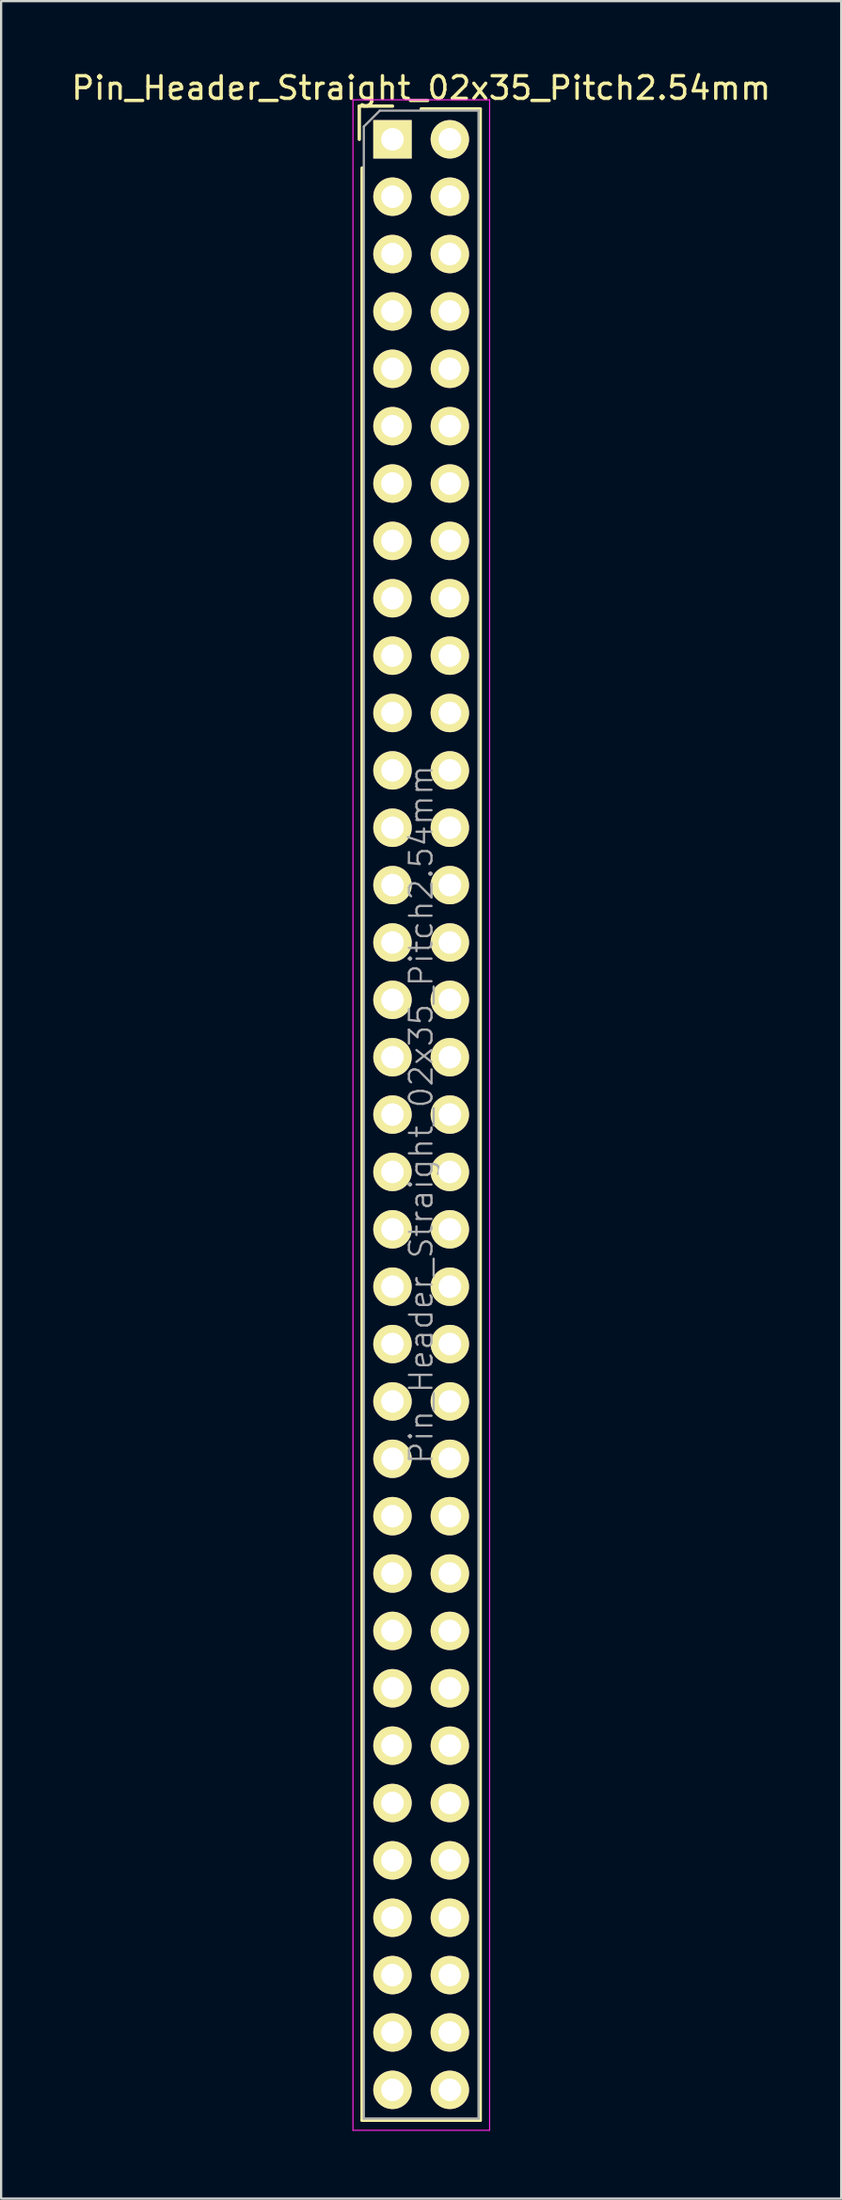
<source format=kicad_pcb>
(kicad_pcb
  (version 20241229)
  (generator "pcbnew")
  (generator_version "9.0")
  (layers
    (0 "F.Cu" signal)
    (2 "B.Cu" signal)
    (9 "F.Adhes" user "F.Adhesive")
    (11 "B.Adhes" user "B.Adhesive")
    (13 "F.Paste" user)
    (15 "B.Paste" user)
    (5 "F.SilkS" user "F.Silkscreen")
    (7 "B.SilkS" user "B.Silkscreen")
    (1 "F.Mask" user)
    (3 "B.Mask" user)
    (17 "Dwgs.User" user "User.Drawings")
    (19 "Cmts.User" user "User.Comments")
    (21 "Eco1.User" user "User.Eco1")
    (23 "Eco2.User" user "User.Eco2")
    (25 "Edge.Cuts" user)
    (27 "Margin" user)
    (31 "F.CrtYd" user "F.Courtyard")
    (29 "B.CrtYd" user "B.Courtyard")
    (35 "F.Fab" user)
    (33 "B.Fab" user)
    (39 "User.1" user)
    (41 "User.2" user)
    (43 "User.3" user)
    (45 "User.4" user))
  (footprint "Pin_Header_Straight_02x35_Pitch2.54mm"
    (layer "F.Cu")
    (at 14.331 3.118)
    (property "Reference" "Pin_Header_Straight_02x35_Pitch2.54mm" (at 1.27 -2.27 0) (layer "F.SilkS") (effects (font (size 1 1) (thickness 0.15))))
    (attr smd)
    (fp_line (start -1.47 -1.47) (end -1.47 0) (stroke (width 0.15) (type solid)) (layer "F.SilkS"))
    (fp_line (start -1.47 -1.47) (end 0 -1.47) (stroke (width 0.15) (type solid)) (layer "F.SilkS"))
    (fp_line (start -1.345 1.27) (end -1.345 87.705) (stroke (width 0.15) (type solid)) (layer "F.SilkS"))
    (fp_line (start -1.345 87.705) (end 3.885 87.705) (stroke (width 0.15) (type solid)) (layer "F.SilkS"))
    (fp_line (start 1.27 -1.345) (end 3.885 -1.345) (stroke (width 0.15) (type solid)) (layer "F.SilkS"))
    (fp_line (start 3.885 -1.345) (end 3.885 87.705) (stroke (width 0.15) (type solid)) (layer "F.SilkS"))
    (fp_line (start -1.75 -1.75) (end -1.75 88.15) (stroke (width 0.05) (type solid)) (layer "F.CrtYd"))
    (fp_line (start 4.3 -1.75) (end -1.75 -1.75) (stroke (width 0.05) (type solid)) (layer "F.CrtYd"))
    (fp_line (start 4.3 -1.75) (end 4.3 88.15) (stroke (width 0.05) (type solid)) (layer "F.CrtYd"))
    (fp_line (start 4.3 88.15) (end -1.75 88.15) (stroke (width 0.05) (type solid)) (layer "F.CrtYd"))
    (fp_line (start -1.27 -0.563) (end -0.563 -1.27) (stroke (width 0.1) (type solid)) (layer "F.Fab"))
    (fp_line (start -1.27 87.63) (end -1.27 -0.563) (stroke (width 0.1) (type solid)) (layer "F.Fab"))
    (fp_line (start 3.81 -1.27) (end -0.563 -1.27) (stroke (width 0.1) (type solid)) (layer "F.Fab"))
    (fp_line (start 3.81 87.63) (end -1.27 87.63) (stroke (width 0.1) (type solid)) (layer "F.Fab"))
    (fp_line (start 3.81 87.63) (end 3.81 -1.27) (stroke (width 0.1) (type solid)) (layer "F.Fab"))
    (fp_text user "${REFERENCE}" (at 1.27 43.18 90) (layer "F.Fab") (effects (font (size 1 1) (thickness 0.1))))
    (pad "1" thru_hole rect (at 0 0) (size 1.7 1.7) (drill 1) (layers "*.Cu" "*.Mask" "F.SilkS"))
    (pad "2" thru_hole oval (at 2.54 0) (size 1.7 1.7) (drill 1) (layers "*.Cu" "*.Mask" "F.SilkS"))
    (pad "3" thru_hole oval (at 0 2.54) (size 1.7 1.7) (drill 1) (layers "*.Cu" "*.Mask" "F.SilkS"))
    (pad "4" thru_hole oval (at 2.54 2.54) (size 1.7 1.7) (drill 1) (layers "*.Cu" "*.Mask" "F.SilkS"))
    (pad "5" thru_hole oval (at 0 5.08) (size 1.7 1.7) (drill 1) (layers "*.Cu" "*.Mask" "F.SilkS"))
    (pad "6" thru_hole oval (at 2.54 5.08) (size 1.7 1.7) (drill 1) (layers "*.Cu" "*.Mask" "F.SilkS"))
    (pad "7" thru_hole oval (at 0 7.62) (size 1.7 1.7) (drill 1) (layers "*.Cu" "*.Mask" "F.SilkS"))
    (pad "8" thru_hole oval (at 2.54 7.62) (size 1.7 1.7) (drill 1) (layers "*.Cu" "*.Mask" "F.SilkS"))
    (pad "9" thru_hole oval (at 0 10.16) (size 1.7 1.7) (drill 1) (layers "*.Cu" "*.Mask" "F.SilkS"))
    (pad "10" thru_hole oval (at 2.54 10.16) (size 1.7 1.7) (drill 1) (layers "*.Cu" "*.Mask" "F.SilkS"))
    (pad "11" thru_hole oval (at 0 12.7) (size 1.7 1.7) (drill 1) (layers "*.Cu" "*.Mask" "F.SilkS"))
    (pad "12" thru_hole oval (at 2.54 12.7) (size 1.7 1.7) (drill 1) (layers "*.Cu" "*.Mask" "F.SilkS"))
    (pad "13" thru_hole oval (at 0 15.24) (size 1.7 1.7) (drill 1) (layers "*.Cu" "*.Mask" "F.SilkS"))
    (pad "14" thru_hole oval (at 2.54 15.24) (size 1.7 1.7) (drill 1) (layers "*.Cu" "*.Mask" "F.SilkS"))
    (pad "15" thru_hole oval (at 0 17.78) (size 1.7 1.7) (drill 1) (layers "*.Cu" "*.Mask" "F.SilkS"))
    (pad "16" thru_hole oval (at 2.54 17.78) (size 1.7 1.7) (drill 1) (layers "*.Cu" "*.Mask" "F.SilkS"))
    (pad "17" thru_hole oval (at 0 20.32) (size 1.7 1.7) (drill 1) (layers "*.Cu" "*.Mask" "F.SilkS"))
    (pad "18" thru_hole oval (at 2.54 20.32) (size 1.7 1.7) (drill 1) (layers "*.Cu" "*.Mask" "F.SilkS"))
    (pad "19" thru_hole oval (at 0 22.86) (size 1.7 1.7) (drill 1) (layers "*.Cu" "*.Mask" "F.SilkS"))
    (pad "20" thru_hole oval (at 2.54 22.86) (size 1.7 1.7) (drill 1) (layers "*.Cu" "*.Mask" "F.SilkS"))
    (pad "21" thru_hole oval (at 0 25.4) (size 1.7 1.7) (drill 1) (layers "*.Cu" "*.Mask" "F.SilkS"))
    (pad "22" thru_hole oval (at 2.54 25.4) (size 1.7 1.7) (drill 1) (layers "*.Cu" "*.Mask" "F.SilkS"))
    (pad "23" thru_hole oval (at 0 27.94) (size 1.7 1.7) (drill 1) (layers "*.Cu" "*.Mask" "F.SilkS"))
    (pad "24" thru_hole oval (at 2.54 27.94) (size 1.7 1.7) (drill 1) (layers "*.Cu" "*.Mask" "F.SilkS"))
    (pad "25" thru_hole oval (at 0 30.48) (size 1.7 1.7) (drill 1) (layers "*.Cu" "*.Mask" "F.SilkS"))
    (pad "26" thru_hole oval (at 2.54 30.48) (size 1.7 1.7) (drill 1) (layers "*.Cu" "*.Mask" "F.SilkS"))
    (pad "27" thru_hole oval (at 0 33.02) (size 1.7 1.7) (drill 1) (layers "*.Cu" "*.Mask" "F.SilkS"))
    (pad "28" thru_hole oval (at 2.54 33.02) (size 1.7 1.7) (drill 1) (layers "*.Cu" "*.Mask" "F.SilkS"))
    (pad "29" thru_hole oval (at 0 35.56) (size 1.7 1.7) (drill 1) (layers "*.Cu" "*.Mask" "F.SilkS"))
    (pad "30" thru_hole oval (at 2.54 35.56) (size 1.7 1.7) (drill 1) (layers "*.Cu" "*.Mask" "F.SilkS"))
    (pad "31" thru_hole oval (at 0 38.1) (size 1.7 1.7) (drill 1) (layers "*.Cu" "*.Mask" "F.SilkS"))
    (pad "32" thru_hole oval (at 2.54 38.1) (size 1.7 1.7) (drill 1) (layers "*.Cu" "*.Mask" "F.SilkS"))
    (pad "33" thru_hole oval (at 0 40.64) (size 1.7 1.7) (drill 1) (layers "*.Cu" "*.Mask" "F.SilkS"))
    (pad "34" thru_hole oval (at 2.54 40.64) (size 1.7 1.7) (drill 1) (layers "*.Cu" "*.Mask" "F.SilkS"))
    (pad "35" thru_hole oval (at 0 43.18) (size 1.7 1.7) (drill 1) (layers "*.Cu" "*.Mask" "F.SilkS"))
    (pad "36" thru_hole oval (at 2.54 43.18) (size 1.7 1.7) (drill 1) (layers "*.Cu" "*.Mask" "F.SilkS"))
    (pad "37" thru_hole oval (at 0 45.72) (size 1.7 1.7) (drill 1) (layers "*.Cu" "*.Mask" "F.SilkS"))
    (pad "38" thru_hole oval (at 2.54 45.72) (size 1.7 1.7) (drill 1) (layers "*.Cu" "*.Mask" "F.SilkS"))
    (pad "39" thru_hole oval (at 0 48.26) (size 1.7 1.7) (drill 1) (layers "*.Cu" "*.Mask" "F.SilkS"))
    (pad "40" thru_hole oval (at 2.54 48.26) (size 1.7 1.7) (drill 1) (layers "*.Cu" "*.Mask" "F.SilkS"))
    (pad "41" thru_hole oval (at 0 50.8) (size 1.7 1.7) (drill 1) (layers "*.Cu" "*.Mask" "F.SilkS"))
    (pad "42" thru_hole oval (at 2.54 50.8) (size 1.7 1.7) (drill 1) (layers "*.Cu" "*.Mask" "F.SilkS"))
    (pad "43" thru_hole oval (at 0 53.34) (size 1.7 1.7) (drill 1) (layers "*.Cu" "*.Mask" "F.SilkS"))
    (pad "44" thru_hole oval (at 2.54 53.34) (size 1.7 1.7) (drill 1) (layers "*.Cu" "*.Mask" "F.SilkS"))
    (pad "45" thru_hole oval (at 0 55.88) (size 1.7 1.7) (drill 1) (layers "*.Cu" "*.Mask" "F.SilkS"))
    (pad "46" thru_hole oval (at 2.54 55.88) (size 1.7 1.7) (drill 1) (layers "*.Cu" "*.Mask" "F.SilkS"))
    (pad "47" thru_hole oval (at 0 58.42) (size 1.7 1.7) (drill 1) (layers "*.Cu" "*.Mask" "F.SilkS"))
    (pad "48" thru_hole oval (at 2.54 58.42) (size 1.7 1.7) (drill 1) (layers "*.Cu" "*.Mask" "F.SilkS"))
    (pad "49" thru_hole oval (at 0 60.96) (size 1.7 1.7) (drill 1) (layers "*.Cu" "*.Mask" "F.SilkS"))
    (pad "50" thru_hole oval (at 2.54 60.96) (size 1.7 1.7) (drill 1) (layers "*.Cu" "*.Mask" "F.SilkS"))
    (pad "51" thru_hole oval (at 0 63.5) (size 1.7 1.7) (drill 1) (layers "*.Cu" "*.Mask" "F.SilkS"))
    (pad "52" thru_hole oval (at 2.54 63.5) (size 1.7 1.7) (drill 1) (layers "*.Cu" "*.Mask" "F.SilkS"))
    (pad "53" thru_hole oval (at 0 66.04) (size 1.7 1.7) (drill 1) (layers "*.Cu" "*.Mask" "F.SilkS"))
    (pad "54" thru_hole oval (at 2.54 66.04) (size 1.7 1.7) (drill 1) (layers "*.Cu" "*.Mask" "F.SilkS"))
    (pad "55" thru_hole oval (at 0 68.58) (size 1.7 1.7) (drill 1) (layers "*.Cu" "*.Mask" "F.SilkS"))
    (pad "56" thru_hole oval (at 2.54 68.58) (size 1.7 1.7) (drill 1) (layers "*.Cu" "*.Mask" "F.SilkS"))
    (pad "57" thru_hole oval (at 0 71.12) (size 1.7 1.7) (drill 1) (layers "*.Cu" "*.Mask" "F.SilkS"))
    (pad "58" thru_hole oval (at 2.54 71.12) (size 1.7 1.7) (drill 1) (layers "*.Cu" "*.Mask" "F.SilkS"))
    (pad "59" thru_hole oval (at 0 73.66) (size 1.7 1.7) (drill 1) (layers "*.Cu" "*.Mask" "F.SilkS"))
    (pad "60" thru_hole oval (at 2.54 73.66) (size 1.7 1.7) (drill 1) (layers "*.Cu" "*.Mask" "F.SilkS"))
    (pad "61" thru_hole oval (at 0 76.2) (size 1.7 1.7) (drill 1) (layers "*.Cu" "*.Mask" "F.SilkS"))
    (pad "62" thru_hole oval (at 2.54 76.2) (size 1.7 1.7) (drill 1) (layers "*.Cu" "*.Mask" "F.SilkS"))
    (pad "63" thru_hole oval (at 0 78.74) (size 1.7 1.7) (drill 1) (layers "*.Cu" "*.Mask" "F.SilkS"))
    (pad "64" thru_hole oval (at 2.54 78.74) (size 1.7 1.7) (drill 1) (layers "*.Cu" "*.Mask" "F.SilkS"))
    (pad "65" thru_hole oval (at 0 81.28) (size 1.7 1.7) (drill 1) (layers "*.Cu" "*.Mask" "F.SilkS"))
    (pad "66" thru_hole oval (at 2.54 81.28) (size 1.7 1.7) (drill 1) (layers "*.Cu" "*.Mask" "F.SilkS"))
    (pad "67" thru_hole oval (at 0 83.82) (size 1.7 1.7) (drill 1) (layers "*.Cu" "*.Mask" "F.SilkS"))
    (pad "68" thru_hole oval (at 2.54 83.82) (size 1.7 1.7) (drill 1) (layers "*.Cu" "*.Mask" "F.SilkS"))
    (pad "69" thru_hole oval (at 0 86.36) (size 1.7 1.7) (drill 1) (layers "*.Cu" "*.Mask" "F.SilkS"))
    (pad "70" thru_hole oval (at 2.54 86.36) (size 1.7 1.7) (drill 1) (layers "*.Cu" "*.Mask" "F.SilkS")))
  (gr_rect
    (start -3 -3)
    (end 34.202 94.293)
    (stroke (width 0.1) (type default))
    (fill no)
    (layer "Edge.Cuts")))
</source>
